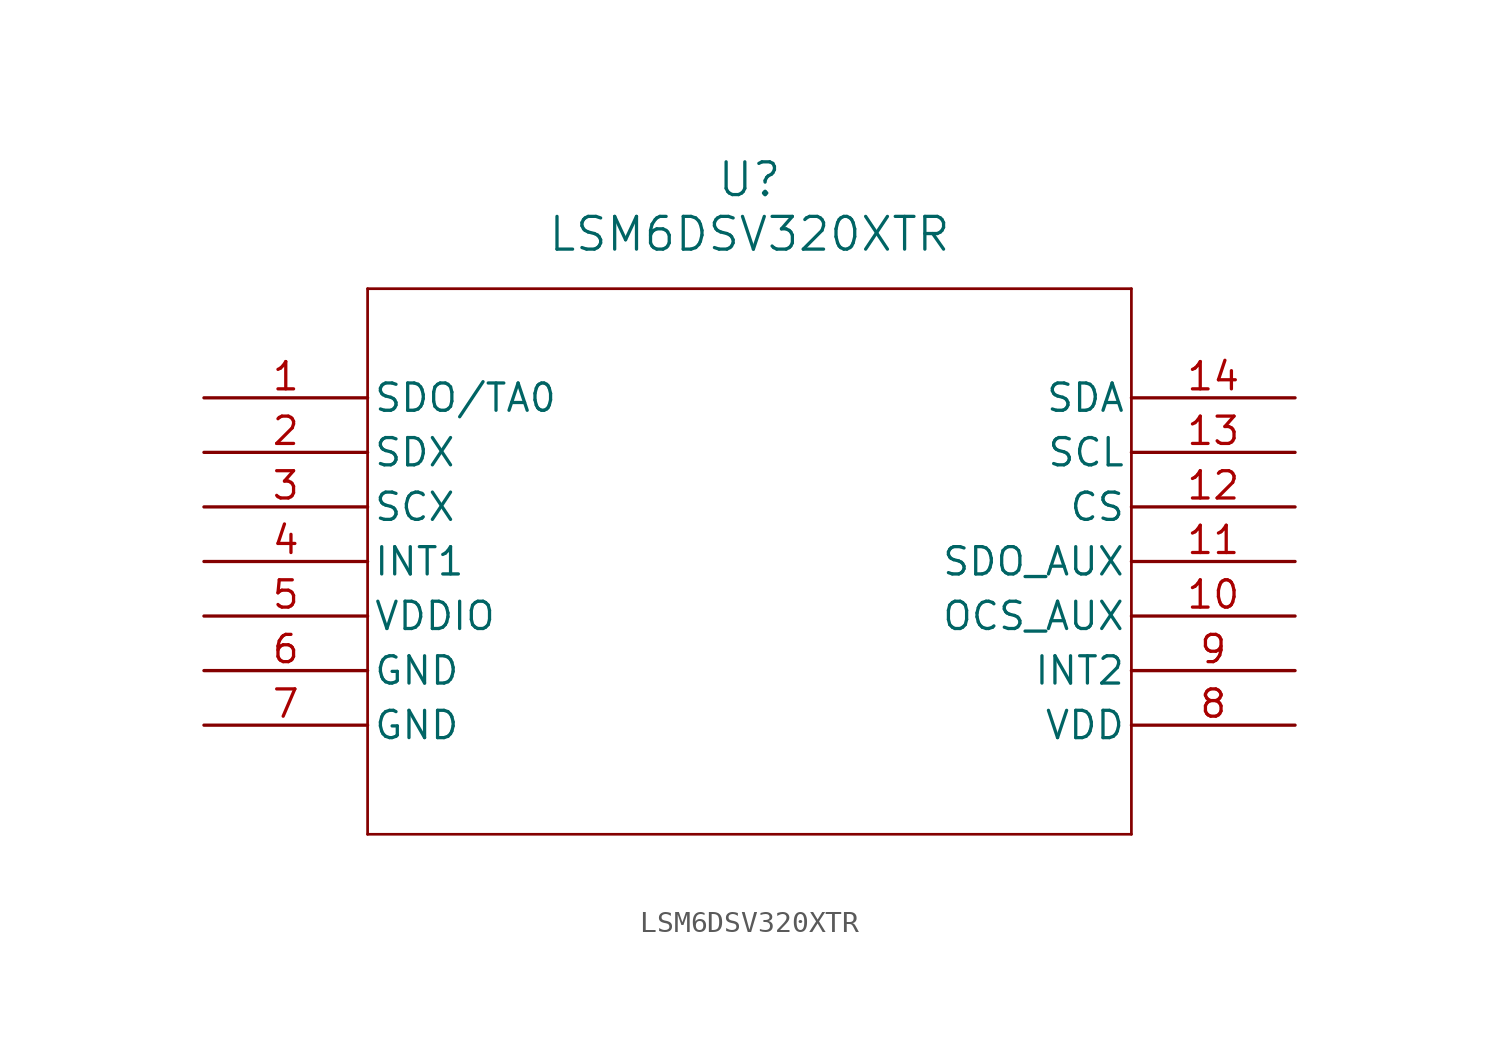
<source format=kicad_sym>
(kicad_symbol_lib
  (version 20211014)
  (generator kicad_symbol_editor)
  (symbol "LSM6DSV320XTR"
    (pin_names
      (offset 0.254))
    (property "Reference" "U"
      (at 25.4 10.16 0)
      (effects (font (size 1.524 1.524))))
    (property "Value" "LSM6DSV320XTR"
      (at 25.4 7.62 0)
      (effects (font (size 1.524 1.524))))
    (symbol "LSM6DSV320XTR_0_1"
      (polyline (pts (xy 7.62 5.08) (xy 7.62 -20.32)) (stroke (width 0.127) (type default) (color 0 0 0 0)) (fill (type none)))
      (polyline (pts (xy 7.62 -20.32) (xy 43.18 -20.32)) (stroke (width 0.127) (type default) (color 0 0 0 0)) (fill (type none)))
      (polyline (pts (xy 43.18 -20.32) (xy 43.18 5.08)) (stroke (width 0.127) (type default) (color 0 0 0 0)) (fill (type none)))
      (polyline (pts (xy 43.18 5.08) (xy 7.62 5.08)) (stroke (width 0.127) (type default) (color 0 0 0 0)) (fill (type none)))
      (pin unspecified line (at 0 0 0) (length 7.62) (name "SDO/TA0" (effects (font (size 1.27 1.27)))) (number "1" (effects (font (size 1.27 1.27)))))
      (pin unspecified line (at 0 -2.54 0) (length 7.62) (name "SDX" (effects (font (size 1.27 1.27)))) (number "2" (effects (font (size 1.27 1.27)))))
      (pin unspecified line (at 0 -5.08 0) (length 7.62) (name "SCX" (effects (font (size 1.27 1.27)))) (number "3" (effects (font (size 1.27 1.27)))))
      (pin unspecified line (at 0 -7.62 0) (length 7.62) (name "INT1" (effects (font (size 1.27 1.27)))) (number "4" (effects (font (size 1.27 1.27)))))
      (pin power_in line (at 0 -10.16 0) (length 7.62) (name "VDDIO" (effects (font (size 1.27 1.27)))) (number "5" (effects (font (size 1.27 1.27)))))
      (pin power_out line (at 0 -12.7 0) (length 7.62) (name "GND" (effects (font (size 1.27 1.27)))) (number "6" (effects (font (size 1.27 1.27)))))
      (pin power_out line (at 0 -15.24 0) (length 7.62) (name "GND" (effects (font (size 1.27 1.27)))) (number "7" (effects (font (size 1.27 1.27)))))
      (pin power_in line (at 50.8 -15.24 180) (length 7.62) (name "VDD" (effects (font (size 1.27 1.27)))) (number "8" (effects (font (size 1.27 1.27)))))
      (pin unspecified line (at 50.8 -12.7 180) (length 7.62) (name "INT2" (effects (font (size 1.27 1.27)))) (number "9" (effects (font (size 1.27 1.27)))))
      (pin unspecified line (at 50.8 -10.16 180) (length 7.62) (name "OCS_AUX" (effects (font (size 1.27 1.27)))) (number "10" (effects (font (size 1.27 1.27)))))
      (pin unspecified line (at 50.8 -7.62 180) (length 7.62) (name "SDO_AUX" (effects (font (size 1.27 1.27)))) (number "11" (effects (font (size 1.27 1.27)))))
      (pin unspecified line (at 50.8 -5.08 180) (length 7.62) (name "CS" (effects (font (size 1.27 1.27)))) (number "12" (effects (font (size 1.27 1.27)))))
      (pin unspecified line (at 50.8 -2.54 180) (length 7.62) (name "SCL" (effects (font (size 1.27 1.27)))) (number "13" (effects (font (size 1.27 1.27)))))
      (pin unspecified line (at 50.8 0 180) (length 7.62) (name "SDA" (effects (font (size 1.27 1.27)))) (number "14" (effects (font (size 1.27 1.27))))))))
</source>
